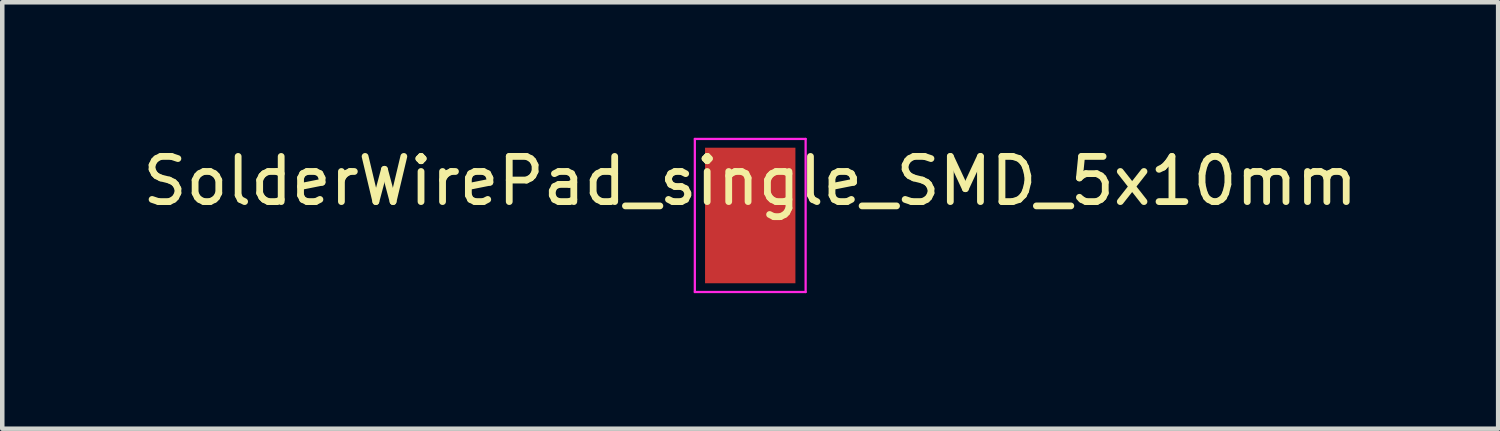
<source format=kicad_pcb>
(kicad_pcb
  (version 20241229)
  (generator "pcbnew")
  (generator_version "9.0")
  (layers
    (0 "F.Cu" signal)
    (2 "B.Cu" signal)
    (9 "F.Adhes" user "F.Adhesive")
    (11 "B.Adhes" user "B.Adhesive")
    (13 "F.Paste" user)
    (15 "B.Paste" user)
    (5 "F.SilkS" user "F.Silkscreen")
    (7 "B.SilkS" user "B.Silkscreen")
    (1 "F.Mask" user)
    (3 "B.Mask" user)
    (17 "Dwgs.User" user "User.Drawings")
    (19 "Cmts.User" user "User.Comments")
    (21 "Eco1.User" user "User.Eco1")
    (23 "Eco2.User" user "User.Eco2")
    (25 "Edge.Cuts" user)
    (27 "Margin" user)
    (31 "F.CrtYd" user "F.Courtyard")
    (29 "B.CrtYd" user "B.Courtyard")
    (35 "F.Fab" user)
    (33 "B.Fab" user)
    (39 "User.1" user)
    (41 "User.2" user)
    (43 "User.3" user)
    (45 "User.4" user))
  (footprint "SolderWirePad_single_SMD_5x10mm"
    (layer "F.Cu")
    (at 13.554 1.719)
    (property "Reference" "SolderWirePad_single_SMD_5x10mm" (at 0 -0.762 0) (layer "F.SilkS") (effects (font (size 1 1) (thickness 0.15))))
    (attr smd)
    (fp_line (start -1.226 -1.694) (end -1.226 1.694) (stroke (width 0.05) (type solid)) (layer "F.CrtYd"))
    (fp_line (start -1.226 1.694) (end 1.226 1.694) (stroke (width 0.05) (type solid)) (layer "F.CrtYd"))
    (fp_line (start 1.226 -1.694) (end -1.226 -1.694) (stroke (width 0.05) (type solid)) (layer "F.CrtYd"))
    (fp_line (start 1.226 1.694) (end 1.226 -1.694) (stroke (width 0.05) (type solid)) (layer "F.CrtYd"))
    (pad "1" smd rect (at 0 0) (size 2 3) (layers "F.Cu" "F.Mask" "F.Paste")))
  (gr_rect
    (start -3 -3)
    (end 30.107 6.438)
    (stroke (width 0.1) (type default))
    (fill no)
    (layer "Edge.Cuts")))
</source>
